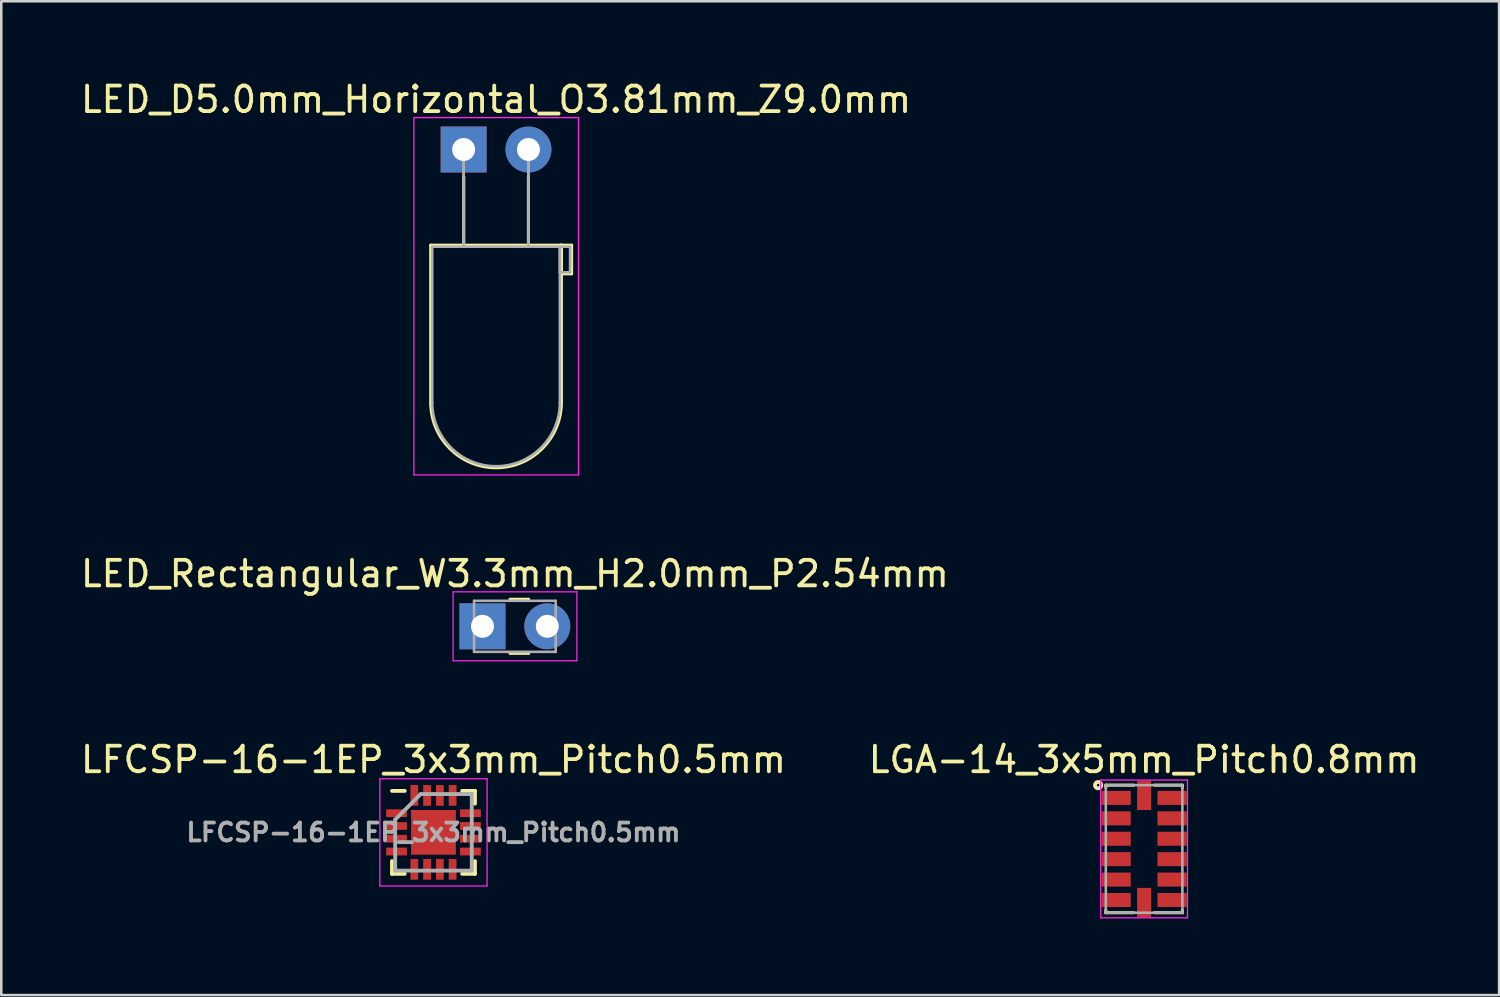
<source format=kicad_pcb>
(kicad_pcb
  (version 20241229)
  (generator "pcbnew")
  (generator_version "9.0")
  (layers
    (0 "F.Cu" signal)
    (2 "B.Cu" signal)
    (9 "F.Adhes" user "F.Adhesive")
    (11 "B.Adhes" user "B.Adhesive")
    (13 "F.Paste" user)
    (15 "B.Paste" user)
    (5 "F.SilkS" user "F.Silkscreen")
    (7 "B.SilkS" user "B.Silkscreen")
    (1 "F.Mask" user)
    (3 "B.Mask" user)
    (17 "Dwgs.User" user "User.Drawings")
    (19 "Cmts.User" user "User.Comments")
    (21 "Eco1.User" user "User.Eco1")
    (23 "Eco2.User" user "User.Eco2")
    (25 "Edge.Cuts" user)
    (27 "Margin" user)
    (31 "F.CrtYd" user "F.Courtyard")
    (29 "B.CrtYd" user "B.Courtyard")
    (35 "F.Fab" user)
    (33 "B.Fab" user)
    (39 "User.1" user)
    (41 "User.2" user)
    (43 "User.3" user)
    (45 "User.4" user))
  (footprint "LGA-14_3x5mm_Pitch0.8mm"
    (layer "F.Cu")
    (at 41.78 30.215)
    (property "Reference" "LGA-14_3x5mm_Pitch0.8mm" (at 0 -3.5 0) (layer "F.SilkS") (effects (font (size 1 1) (thickness 0.15))))
    (attr through_hole)
    (fp_line (start -1.5 -2.5) (end -0.4 -2.5) (stroke (width 0.12) (type solid)) (layer "F.SilkS"))
    (fp_line (start -1.5 -2.4) (end -1.5 -2.5) (stroke (width 0.12) (type solid)) (layer "F.SilkS"))
    (fp_line (start -1.5 2.5) (end -1.5 2.4) (stroke (width 0.12) (type solid)) (layer "F.SilkS"))
    (fp_line (start -0.4 2.5) (end -1.5 2.5) (stroke (width 0.12) (type solid)) (layer "F.SilkS"))
    (fp_line (start 0.4 -2.5) (end 1.5 -2.5) (stroke (width 0.12) (type solid)) (layer "F.SilkS"))
    (fp_line (start 1.5 -2.5) (end 1.5 -2.4) (stroke (width 0.12) (type solid)) (layer "F.SilkS"))
    (fp_line (start 1.5 2.4) (end 1.5 2.5) (stroke (width 0.12) (type solid)) (layer "F.SilkS"))
    (fp_line (start 1.5 2.5) (end 0.4 2.5) (stroke (width 0.12) (type solid)) (layer "F.SilkS"))
    (fp_circle (center -1.8 -2.5) (end -1.75 -2.5) (stroke (width 0.15) (type solid)) (fill no) (layer "F.SilkS"))
    (fp_line (start -1.7 -2.7) (end 1.7 -2.7) (stroke (width 0.05) (type solid)) (layer "F.CrtYd"))
    (fp_line (start -1.7 2.7) (end -1.7 -2.7) (stroke (width 0.05) (type solid)) (layer "F.CrtYd"))
    (fp_line (start 1.7 -2.7) (end 1.7 2.7) (stroke (width 0.05) (type solid)) (layer "F.CrtYd"))
    (fp_line (start 1.7 2.7) (end -1.7 2.7) (stroke (width 0.05) (type solid)) (layer "F.CrtYd"))
    (fp_line (start -1.5 2.5) (end -1.5 -2.5) (stroke (width 0.1) (type solid)) (layer "F.Fab"))
    (fp_line (start 1.5 -2.5) (end -1.5 -2.5) (stroke (width 0.1) (type solid)) (layer "F.Fab"))
    (fp_line (start 1.5 -2.5) (end 1.5 2.5) (stroke (width 0.1) (type solid)) (layer "F.Fab"))
    (fp_line (start 1.5 2.5) (end -1.5 2.5) (stroke (width 0.1) (type solid)) (layer "F.Fab"))
    (pad "1" smd rect (at -1.097 -2) (size 1.145 0.55) (layers "F.Cu" "F.Mask" "F.Paste"))
    (pad "2" smd rect (at -1.097 -1.2) (size 1.145 0.55) (layers "F.Cu" "F.Mask" "F.Paste"))
    (pad "3" smd rect (at -1.097 -0.4) (size 1.145 0.55) (layers "F.Cu" "F.Mask" "F.Paste"))
    (pad "4" smd rect (at -1.097 0.4) (size 1.145 0.55) (layers "F.Cu" "F.Mask" "F.Paste"))
    (pad "5" smd rect (at -1.097 1.2) (size 1.145 0.55) (layers "F.Cu" "F.Mask" "F.Paste"))
    (pad "6" smd rect (at -1.097 2) (size 1.145 0.55) (layers "F.Cu" "F.Mask" "F.Paste"))
    (pad "7" smd rect (at 0 2.098 270) (size 1.145 0.55) (layers "F.Cu" "F.Mask" "F.Paste"))
    (pad "8" smd rect (at 1.097 2) (size 1.145 0.55) (layers "F.Cu" "F.Mask" "F.Paste"))
    (pad "9" smd rect (at 1.097 1.2) (size 1.145 0.55) (layers "F.Cu" "F.Mask" "F.Paste"))
    (pad "10" smd rect (at 1.097 0.4) (size 1.145 0.55) (layers "F.Cu" "F.Mask" "F.Paste"))
    (pad "11" smd rect (at 1.097 -0.4) (size 1.145 0.55) (layers "F.Cu" "F.Mask" "F.Paste"))
    (pad "12" smd rect (at 1.097 -1.2) (size 1.145 0.55) (layers "F.Cu" "F.Mask" "F.Paste"))
    (pad "13" smd rect (at 1.097 -2) (size 1.145 0.55) (layers "F.Cu" "F.Mask" "F.Paste"))
    (pad "14" smd rect (at 0 -2.098 90) (size 1.145 0.55) (layers "F.Cu" "F.Mask" "F.Paste")))
  (footprint "LED_Rectangular_W3.3mm_H2.0mm_P2.54mm"
    (layer "F.Cu")
    (at 15.855 21.491)
    (property "Reference" "LED_Rectangular_W3.3mm_H2.0mm_P2.54mm" (at 1.27 -2.06 0) (layer "F.SilkS") (effects (font (size 1 1) (thickness 0.15))))
    (attr through_hole)
    (fp_line (start 1.08 -1.06) (end 1.811 -1.06) (stroke (width 0.12) (type solid)) (layer "F.SilkS"))
    (fp_line (start 1.08 1.06) (end 1.811 1.06) (stroke (width 0.12) (type solid)) (layer "F.SilkS"))
    (fp_line (start -1.15 -1.35) (end -1.15 1.35) (stroke (width 0.05) (type solid)) (layer "F.CrtYd"))
    (fp_line (start -1.15 1.35) (end 3.7 1.35) (stroke (width 0.05) (type solid)) (layer "F.CrtYd"))
    (fp_line (start 3.7 -1.35) (end -1.15 -1.35) (stroke (width 0.05) (type solid)) (layer "F.CrtYd"))
    (fp_line (start 3.7 1.35) (end 3.7 -1.35) (stroke (width 0.05) (type solid)) (layer "F.CrtYd"))
    (fp_line (start -0.33 -1) (end -0.33 1) (stroke (width 0.1) (type solid)) (layer "F.Fab"))
    (fp_line (start -0.33 1) (end 2.87 1) (stroke (width 0.1) (type solid)) (layer "F.Fab"))
    (fp_line (start 2.87 -1) (end -0.33 -1) (stroke (width 0.1) (type solid)) (layer "F.Fab"))
    (fp_line (start 2.87 1) (end 2.87 -1) (stroke (width 0.1) (type solid)) (layer "F.Fab"))
    (pad "1" thru_hole rect (at 0 0) (size 1.8 1.8) (drill 0.9) (layers "*.Cu" "*.Mask"))
    (pad "2" thru_hole circle (at 2.54 0) (size 1.8 1.8) (drill 0.9) (layers "*.Cu" "*.Mask")))
  (footprint "LFCSP-16-1EP_3x3mm_Pitch0.5mm"
    (layer "F.Cu")
    (at 13.935 29.565)
    (property "Reference" "LFCSP-16-1EP_3x3mm_Pitch0.5mm" (at 0 -2.85 0) (layer "F.SilkS") (effects (font (size 1 1) (thickness 0.15))))
    (attr smd)
    (fp_line (start -1.625 -1.625) (end -1.125 -1.625) (stroke (width 0.15) (type solid)) (layer "F.SilkS"))
    (fp_line (start -1.625 1.625) (end -1.625 1.125) (stroke (width 0.15) (type solid)) (layer "F.SilkS"))
    (fp_line (start -1.625 1.625) (end -1.125 1.625) (stroke (width 0.15) (type solid)) (layer "F.SilkS"))
    (fp_line (start 1.625 -1.625) (end 1.125 -1.625) (stroke (width 0.15) (type solid)) (layer "F.SilkS"))
    (fp_line (start 1.625 -1.625) (end 1.625 -1.125) (stroke (width 0.15) (type solid)) (layer "F.SilkS"))
    (fp_line (start 1.625 1.625) (end 1.125 1.625) (stroke (width 0.15) (type solid)) (layer "F.SilkS"))
    (fp_line (start 1.625 1.625) (end 1.625 1.125) (stroke (width 0.15) (type solid)) (layer "F.SilkS"))
    (fp_line (start -2.1 -2.1) (end -2.1 2.1) (stroke (width 0.05) (type solid)) (layer "F.CrtYd"))
    (fp_line (start -2.1 -2.1) (end 2.1 -2.1) (stroke (width 0.05) (type solid)) (layer "F.CrtYd"))
    (fp_line (start -2.1 2.1) (end 2.1 2.1) (stroke (width 0.05) (type solid)) (layer "F.CrtYd"))
    (fp_line (start 2.1 -2.1) (end 2.1 2.1) (stroke (width 0.05) (type solid)) (layer "F.CrtYd"))
    (fp_line (start -1.5 -0.5) (end -0.5 -1.5) (stroke (width 0.15) (type solid)) (layer "F.Fab"))
    (fp_line (start -1.5 1.5) (end -1.5 -0.5) (stroke (width 0.15) (type solid)) (layer "F.Fab"))
    (fp_line (start -0.5 -1.5) (end 1.5 -1.5) (stroke (width 0.15) (type solid)) (layer "F.Fab"))
    (fp_line (start 1.5 -1.5) (end 1.5 1.5) (stroke (width 0.15) (type solid)) (layer "F.Fab"))
    (fp_line (start 1.5 1.5) (end -1.5 1.5) (stroke (width 0.15) (type solid)) (layer "F.Fab"))
    (fp_text user "${REFERENCE}" (at 0 0 0) (layer "F.Fab") (effects (font (size 0.7 0.7) (thickness 0.15))))
    (pad "" smd rect (at -0.45 -0.45) (size 0.7 0.7) (layers "F.Paste"))
    (pad "" smd rect (at -0.45 0.45) (size 0.7 0.7) (layers "F.Paste"))
    (pad "" smd rect (at 0.45 -0.45) (size 0.7 0.7) (layers "F.Paste"))
    (pad "" smd rect (at 0.45 0.45) (size 0.7 0.7) (layers "F.Paste"))
    (pad "1" smd rect (at -1.448 -0.75) (size 0.813 0.305) (layers "F.Cu" "F.Mask" "F.Paste"))
    (pad "2" smd rect (at -1.448 -0.25) (size 0.813 0.305) (layers "F.Cu" "F.Mask" "F.Paste"))
    (pad "3" smd rect (at -1.448 0.25) (size 0.813 0.305) (layers "F.Cu" "F.Mask" "F.Paste"))
    (pad "4" smd rect (at -1.448 0.75) (size 0.813 0.305) (layers "F.Cu" "F.Mask" "F.Paste"))
    (pad "5" smd rect (at -0.75 1.448) (size 0.305 0.813) (layers "F.Cu" "F.Mask" "F.Paste"))
    (pad "6" smd rect (at -0.25 1.448) (size 0.305 0.813) (layers "F.Cu" "F.Mask" "F.Paste"))
    (pad "7" smd rect (at 0.25 1.448) (size 0.305 0.813) (layers "F.Cu" "F.Mask" "F.Paste"))
    (pad "8" smd rect (at 0.75 1.448) (size 0.305 0.813) (layers "F.Cu" "F.Mask" "F.Paste"))
    (pad "9" smd rect (at 1.448 0.75) (size 0.813 0.305) (layers "F.Cu" "F.Mask" "F.Paste"))
    (pad "10" smd rect (at 1.448 0.25) (size 0.813 0.305) (layers "F.Cu" "F.Mask" "F.Paste"))
    (pad "11" smd rect (at 1.448 -0.25) (size 0.813 0.305) (layers "F.Cu" "F.Mask" "F.Paste"))
    (pad "12" smd rect (at 1.448 -0.75) (size 0.813 0.305) (layers "F.Cu" "F.Mask" "F.Paste"))
    (pad "13" smd rect (at 0.75 -1.448) (size 0.305 0.813) (layers "F.Cu" "F.Mask" "F.Paste"))
    (pad "14" smd rect (at 0.25 -1.448) (size 0.305 0.813) (layers "F.Cu" "F.Mask" "F.Paste"))
    (pad "15" smd rect (at -0.25 -1.448) (size 0.305 0.813) (layers "F.Cu" "F.Mask" "F.Paste"))
    (pad "16" smd rect (at -0.75 -1.448) (size 0.305 0.813) (layers "F.Cu" "F.Mask" "F.Paste"))
    (pad "17" smd rect (at 0 0) (size 1.754 1.754) (layers "F.Cu" "F.Mask")))
  (footprint "LED_D5.0mm_Horizontal_O3.81mm_Z9.0mm"
    (layer "F.Cu")
    (at 15.117 2.808)
    (property "Reference" "LED_D5.0mm_Horizontal_O3.81mm_Z9.0mm" (at 1.27 -1.96 0) (layer "F.SilkS") (effects (font (size 1 1) (thickness 0.15))))
    (attr through_hole)
    (fp_line (start -1.29 3.75) (end -1.29 9.91) (stroke (width 0.12) (type solid)) (layer "F.SilkS"))
    (fp_line (start -1.29 3.75) (end 3.83 3.75) (stroke (width 0.12) (type solid)) (layer "F.SilkS"))
    (fp_line (start 0 1.08) (end 0 1.08) (stroke (width 0.12) (type solid)) (layer "F.SilkS"))
    (fp_line (start 0 1.08) (end 0 3.75) (stroke (width 0.12) (type solid)) (layer "F.SilkS"))
    (fp_line (start 0 3.75) (end 0 1.08) (stroke (width 0.12) (type solid)) (layer "F.SilkS"))
    (fp_line (start 0 3.75) (end 0 3.75) (stroke (width 0.12) (type solid)) (layer "F.SilkS"))
    (fp_line (start 2.54 1.08) (end 2.54 1.08) (stroke (width 0.12) (type solid)) (layer "F.SilkS"))
    (fp_line (start 2.54 1.08) (end 2.54 3.75) (stroke (width 0.12) (type solid)) (layer "F.SilkS"))
    (fp_line (start 2.54 3.75) (end 2.54 1.08) (stroke (width 0.12) (type solid)) (layer "F.SilkS"))
    (fp_line (start 2.54 3.75) (end 2.54 3.75) (stroke (width 0.12) (type solid)) (layer "F.SilkS"))
    (fp_line (start 3.83 3.75) (end 3.83 9.91) (stroke (width 0.12) (type solid)) (layer "F.SilkS"))
    (fp_line (start 3.83 3.75) (end 4.23 3.75) (stroke (width 0.12) (type solid)) (layer "F.SilkS"))
    (fp_line (start 3.83 4.87) (end 3.83 3.75) (stroke (width 0.12) (type solid)) (layer "F.SilkS"))
    (fp_line (start 4.23 3.75) (end 4.23 4.87) (stroke (width 0.12) (type solid)) (layer "F.SilkS"))
    (fp_line (start 4.23 4.87) (end 3.83 4.87) (stroke (width 0.12) (type solid)) (layer "F.SilkS"))
    (fp_arc (start 3.83 9.91) (mid 1.27 12.47) (end -1.29 9.91) (stroke (width 0.12) (type solid)) (layer "F.SilkS"))
    (fp_line (start -1.95 -1.25) (end -1.95 12.75) (stroke (width 0.05) (type solid)) (layer "F.CrtYd"))
    (fp_line (start -1.95 12.75) (end 4.5 12.75) (stroke (width 0.05) (type solid)) (layer "F.CrtYd"))
    (fp_line (start 4.5 -1.25) (end -1.95 -1.25) (stroke (width 0.05) (type solid)) (layer "F.CrtYd"))
    (fp_line (start 4.5 12.75) (end 4.5 -1.25) (stroke (width 0.05) (type solid)) (layer "F.CrtYd"))
    (fp_line (start -1.23 3.81) (end -1.23 9.91) (stroke (width 0.1) (type solid)) (layer "F.Fab"))
    (fp_line (start -1.23 3.81) (end 3.77 3.81) (stroke (width 0.1) (type solid)) (layer "F.Fab"))
    (fp_line (start 0 0) (end 0 0) (stroke (width 0.1) (type solid)) (layer "F.Fab"))
    (fp_line (start 0 0) (end 0 3.81) (stroke (width 0.1) (type solid)) (layer "F.Fab"))
    (fp_line (start 0 3.81) (end 0 0) (stroke (width 0.1) (type solid)) (layer "F.Fab"))
    (fp_line (start 0 3.81) (end 0 3.81) (stroke (width 0.1) (type solid)) (layer "F.Fab"))
    (fp_line (start 2.54 0) (end 2.54 0) (stroke (width 0.1) (type solid)) (layer "F.Fab"))
    (fp_line (start 2.54 0) (end 2.54 3.81) (stroke (width 0.1) (type solid)) (layer "F.Fab"))
    (fp_line (start 2.54 3.81) (end 2.54 0) (stroke (width 0.1) (type solid)) (layer "F.Fab"))
    (fp_line (start 2.54 3.81) (end 2.54 3.81) (stroke (width 0.1) (type solid)) (layer "F.Fab"))
    (fp_line (start 3.77 3.81) (end 3.77 9.91) (stroke (width 0.1) (type solid)) (layer "F.Fab"))
    (fp_line (start 3.77 3.81) (end 4.17 3.81) (stroke (width 0.1) (type solid)) (layer "F.Fab"))
    (fp_line (start 3.77 4.81) (end 3.77 3.81) (stroke (width 0.1) (type solid)) (layer "F.Fab"))
    (fp_line (start 4.17 3.81) (end 4.17 4.81) (stroke (width 0.1) (type solid)) (layer "F.Fab"))
    (fp_line (start 4.17 4.81) (end 3.77 4.81) (stroke (width 0.1) (type solid)) (layer "F.Fab"))
    (fp_arc (start 3.77 9.91) (mid 1.27 12.41) (end -1.23 9.91) (stroke (width 0.1) (type solid)) (layer "F.Fab"))
    (pad "1" thru_hole rect (at 0 0) (size 1.8 1.8) (drill 0.9) (layers "*.Cu" "*.Mask"))
    (pad "2" thru_hole circle (at 2.54 0) (size 1.8 1.8) (drill 0.9) (layers "*.Cu" "*.Mask")))
  (gr_rect
    (start -3 -3)
    (end 55.69 35.94)
    (stroke (width 0.1) (type default))
    (fill no)
    (layer "Edge.Cuts")))
</source>
